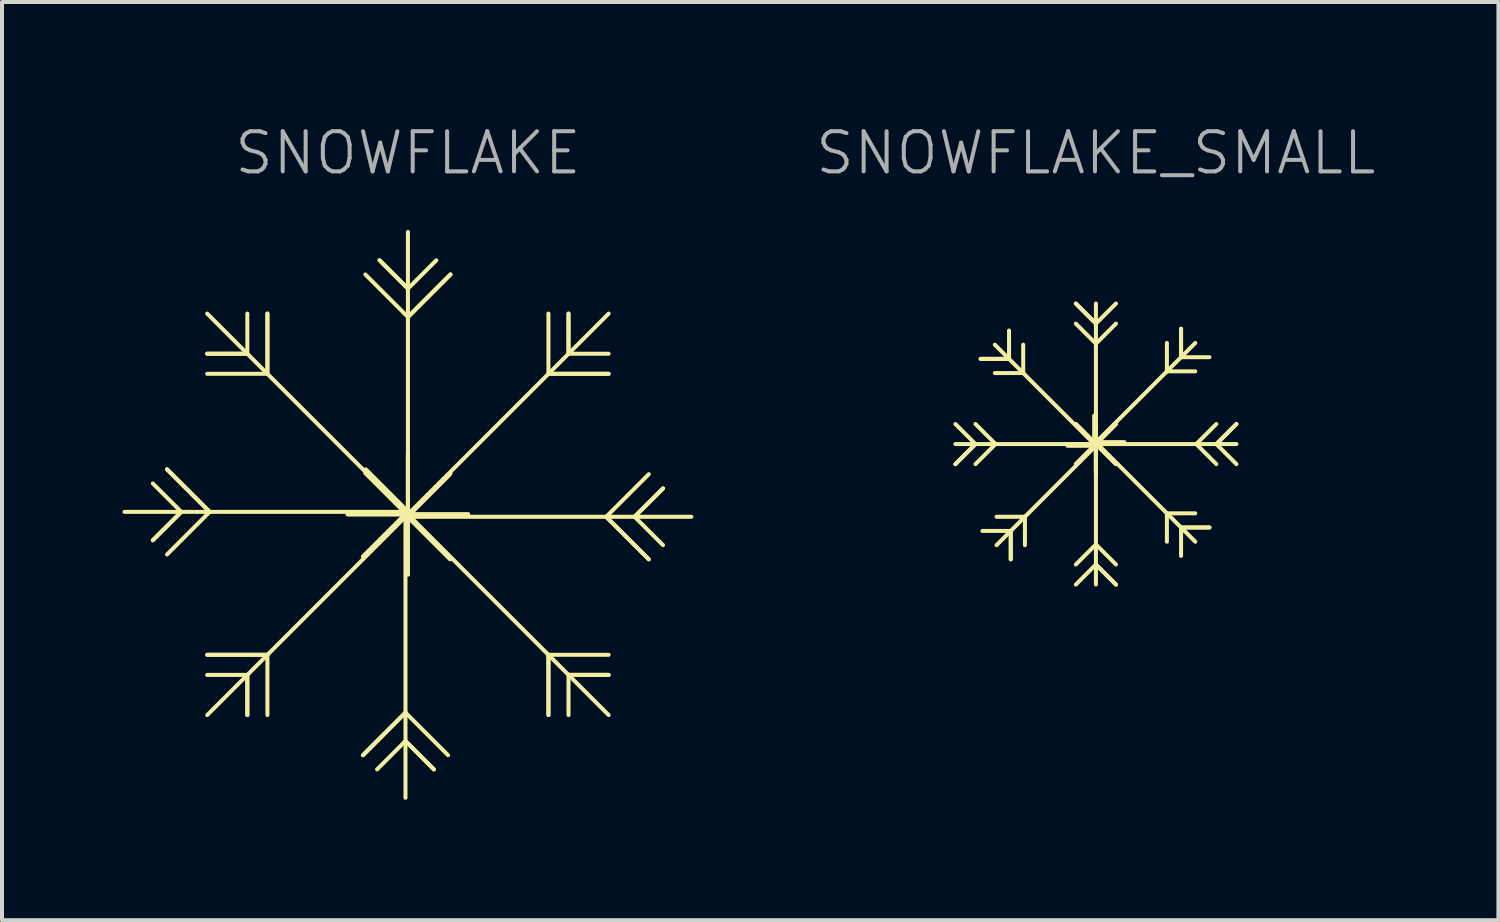
<source format=kicad_pcb>
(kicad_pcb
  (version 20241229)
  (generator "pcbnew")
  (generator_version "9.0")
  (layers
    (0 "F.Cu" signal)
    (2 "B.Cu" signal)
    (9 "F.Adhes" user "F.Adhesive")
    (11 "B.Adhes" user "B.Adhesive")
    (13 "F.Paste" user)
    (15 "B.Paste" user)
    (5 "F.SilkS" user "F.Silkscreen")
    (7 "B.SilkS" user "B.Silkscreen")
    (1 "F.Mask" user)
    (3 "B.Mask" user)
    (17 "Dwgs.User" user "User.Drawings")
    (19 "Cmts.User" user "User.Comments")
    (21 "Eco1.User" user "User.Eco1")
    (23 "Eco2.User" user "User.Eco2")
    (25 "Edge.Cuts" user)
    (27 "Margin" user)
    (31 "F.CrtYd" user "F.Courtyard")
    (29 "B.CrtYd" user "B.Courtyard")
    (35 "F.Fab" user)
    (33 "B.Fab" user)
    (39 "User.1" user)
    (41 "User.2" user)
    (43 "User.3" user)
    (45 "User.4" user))
  (footprint "SNOWFLAKE_SMALL"
    (layer "F.Cu")
    (at 24.248 8.011)
    (property "Reference" "SNOWFLAKE_SMALL" (at 0 -7.25 0) (unlocked yes) (layer "F.Fab") (effects (font (size 1 1) (thickness 0.1))))
    (attr through_hole)
    (fp_line (start -3.5 0.5) (end -3 0.000001) (stroke (width 0.1) (type default)) (layer "F.SilkS"))
    (fp_line (start -3 0.000001) (end -3.5 -0.5) (stroke (width 0.1) (type default)) (layer "F.SilkS"))
    (fp_line (start -3 0.000001) (end -3.5 0.5) (stroke (width 0.1) (type default)) (layer "F.SilkS"))
    (fp_line (start -2.871 -2.121) (end -2.164 -2.121) (stroke (width 0.1) (type default)) (layer "F.SilkS"))
    (fp_line (start -2.5 0) (end -3 -0.5) (stroke (width 0.1) (type default)) (layer "F.SilkS"))
    (fp_line (start -2.5 0) (end -3 0.5) (stroke (width 0.1) (type default)) (layer "F.SilkS"))
    (fp_line (start -2.164 -2.121) (end -2.871 -2.121) (stroke (width 0.1) (type default)) (layer "F.SilkS"))
    (fp_line (start -2.164 -2.121) (end -2.164 -2.828) (stroke (width 0.1) (type default)) (layer "F.SilkS"))
    (fp_line (start -2.121 2.164) (end -2.828 2.164) (stroke (width 0.1) (type default)) (layer "F.SilkS"))
    (fp_line (start -2.121 2.164) (end -2.121 2.871) (stroke (width 0.1) (type default)) (layer "F.SilkS"))
    (fp_line (start -2.121 2.871) (end -2.121 2.164) (stroke (width 0.1) (type default)) (layer "F.SilkS"))
    (fp_line (start -1.811 -1.768) (end -2.518 -1.768) (stroke (width 0.1) (type default)) (layer "F.SilkS"))
    (fp_line (start -1.811 -1.768) (end -1.811 -2.475) (stroke (width 0.1) (type default)) (layer "F.SilkS"))
    (fp_line (start -1.768 1.811) (end -2.475 1.811) (stroke (width 0.1) (type default)) (layer "F.SilkS"))
    (fp_line (start -1.768 1.811) (end -1.768 2.518) (stroke (width 0.1) (type default)) (layer "F.SilkS"))
    (fp_line (start -0.5 -3.5) (end -0.000001 -3) (stroke (width 0.1) (type default)) (layer "F.SilkS"))
    (fp_line (start -0.043 0) (end -2.518 -2.475) (stroke (width 0.1) (type default)) (layer "F.SilkS"))
    (fp_line (start -0.043 0) (end -0.75 0) (stroke (width 0.1) (type default)) (layer "F.SilkS"))
    (fp_line (start -0.043 0) (end -0.043 -0.707) (stroke (width 0.1) (type default)) (layer "F.SilkS"))
    (fp_line (start -0.000001 -3) (end -0.5 -3.5) (stroke (width 0.1) (type default)) (layer "F.SilkS"))
    (fp_line (start -0.000001 -3) (end 0.5 -3.5) (stroke (width 0.1) (type default)) (layer "F.SilkS"))
    (fp_line (start 0 -2.5) (end -0.5 -3) (stroke (width 0.1) (type default)) (layer "F.SilkS"))
    (fp_line (start 0 -2.5) (end 0.5 -3) (stroke (width 0.1) (type default)) (layer "F.SilkS"))
    (fp_line (start 0 -0.043) (end 0 -0.75) (stroke (width 0.1) (type default)) (layer "F.SilkS"))
    (fp_line (start 0 -0.043) (end 0 0.664) (stroke (width 0.1) (type default)) (layer "F.SilkS"))
    (fp_line (start 0 -0.043) (end 0.707 -0.043) (stroke (width 0.1) (type default)) (layer "F.SilkS"))
    (fp_line (start 0 -0.043) (end 0.707 -0.043) (stroke (width 0.1) (type default)) (layer "F.SilkS"))
    (fp_line (start 0 -0.043) (end 2.475 -2.518) (stroke (width 0.1) (type default)) (layer "F.SilkS"))
    (fp_line (start 0 -0.043) (end 2.475 2.432) (stroke (width 0.1) (type default)) (layer "F.SilkS"))
    (fp_line (start 0 0) (end -3.5 0) (stroke (width 0.1) (type default)) (layer "F.SilkS"))
    (fp_line (start 0 0) (end -0.5 -0.5) (stroke (width 0.1) (type default)) (layer "F.SilkS"))
    (fp_line (start 0 0) (end -0.5 -0.5) (stroke (width 0.1) (type default)) (layer "F.SilkS"))
    (fp_line (start 0 0) (end -0.5 0.5) (stroke (width 0.1) (type default)) (layer "F.SilkS"))
    (fp_line (start 0 0) (end -0.5 0.5) (stroke (width 0.1) (type default)) (layer "F.SilkS"))
    (fp_line (start 0 0) (end 0 -3.5) (stroke (width 0.1) (type default)) (layer "F.SilkS"))
    (fp_line (start 0 0) (end 0 3.5) (stroke (width 0.1) (type default)) (layer "F.SilkS"))
    (fp_line (start 0 0) (end 0.5 -0.5) (stroke (width 0.1) (type default)) (layer "F.SilkS"))
    (fp_line (start 0 0) (end 0.5 -0.5) (stroke (width 0.1) (type default)) (layer "F.SilkS"))
    (fp_line (start 0 0) (end 0.5 0.5) (stroke (width 0.1) (type default)) (layer "F.SilkS"))
    (fp_line (start 0 0) (end 0.5 0.5) (stroke (width 0.1) (type default)) (layer "F.SilkS"))
    (fp_line (start 0 0) (end 3.5 0) (stroke (width 0.1) (type default)) (layer "F.SilkS"))
    (fp_line (start 0 0.043) (end -2.475 2.518) (stroke (width 0.1) (type default)) (layer "F.SilkS"))
    (fp_line (start 0 0.043) (end -0.707 0.043) (stroke (width 0.1) (type default)) (layer "F.SilkS"))
    (fp_line (start 0 0.043) (end 0 0.75) (stroke (width 0.1) (type default)) (layer "F.SilkS"))
    (fp_line (start 0 2.5) (end -0.5 3) (stroke (width 0.1) (type default)) (layer "F.SilkS"))
    (fp_line (start 0 2.5) (end 0.5 3) (stroke (width 0.1) (type default)) (layer "F.SilkS"))
    (fp_line (start 0.000001 3) (end -0.5 3.5) (stroke (width 0.1) (type default)) (layer "F.SilkS"))
    (fp_line (start 0.000001 3) (end 0.5 3.5) (stroke (width 0.1) (type default)) (layer "F.SilkS"))
    (fp_line (start 0.5 3.5) (end 0.000001 3) (stroke (width 0.1) (type default)) (layer "F.SilkS"))
    (fp_line (start 1.768 -1.811) (end 1.768 -2.518) (stroke (width 0.1) (type default)) (layer "F.SilkS"))
    (fp_line (start 1.768 -1.811) (end 2.475 -1.811) (stroke (width 0.1) (type default)) (layer "F.SilkS"))
    (fp_line (start 1.768 1.725) (end 1.768 2.432) (stroke (width 0.1) (type default)) (layer "F.SilkS"))
    (fp_line (start 1.768 1.725) (end 2.475 1.725) (stroke (width 0.1) (type default)) (layer "F.SilkS"))
    (fp_line (start 2.121 -2.871) (end 2.121 -2.164) (stroke (width 0.1) (type default)) (layer "F.SilkS"))
    (fp_line (start 2.121 -2.164) (end 2.121 -2.871) (stroke (width 0.1) (type default)) (layer "F.SilkS"))
    (fp_line (start 2.121 -2.164) (end 2.828 -2.164) (stroke (width 0.1) (type default)) (layer "F.SilkS"))
    (fp_line (start 2.121 2.078) (end 2.121 2.786) (stroke (width 0.1) (type default)) (layer "F.SilkS"))
    (fp_line (start 2.121 2.078) (end 2.828 2.078) (stroke (width 0.1) (type default)) (layer "F.SilkS"))
    (fp_line (start 2.5 0) (end 3 -0.5) (stroke (width 0.1) (type default)) (layer "F.SilkS"))
    (fp_line (start 2.5 0) (end 3 0.5) (stroke (width 0.1) (type default)) (layer "F.SilkS"))
    (fp_line (start 2.828 2.078) (end 2.121 2.078) (stroke (width 0.1) (type default)) (layer "F.SilkS"))
    (fp_line (start 3 0) (end 3.5 -0.5) (stroke (width 0.1) (type default)) (layer "F.SilkS"))
    (fp_line (start 3 0) (end 3.5 0.5) (stroke (width 0.1) (type default)) (layer "F.SilkS"))
    (fp_line (start 3.5 -0.5) (end 3 0) (stroke (width 0.1) (type default)) (layer "F.SilkS")))
  (footprint "SNOWFLAKE"
    (layer "F.Cu")
    (at 7.111 9.761)
    (property "Reference" "SNOWFLAKE" (at 0 -9 0) (unlocked yes) (layer "F.Fab") (effects (font (size 1 1) (thickness 0.1))))
    (attr through_hole)
    (fp_line (start -6.354 0.646) (end -5.646 -0.061) (stroke (width 0.1) (type default)) (layer "F.SilkS"))
    (fp_line (start -6 -1.121) (end -4.939 -0.061) (stroke (width 0.1) (type default)) (layer "F.SilkS"))
    (fp_line (start -5.646 -0.061) (end -6.354 -0.768) (stroke (width 0.1) (type default)) (layer "F.SilkS"))
    (fp_line (start -5.646 -0.061) (end -6.354 0.646) (stroke (width 0.1) (type default)) (layer "F.SilkS"))
    (fp_line (start -5 -4) (end -4 -4) (stroke (width 0.1) (type default)) (layer "F.SilkS"))
    (fp_line (start -5 3.5) (end -3.5 3.5) (stroke (width 0.1) (type default)) (layer "F.SilkS"))
    (fp_line (start -4.939 -0.061) (end -6 -1.121) (stroke (width 0.1) (type default)) (layer "F.SilkS"))
    (fp_line (start -4.939 -0.061) (end -6 1) (stroke (width 0.1) (type default)) (layer "F.SilkS"))
    (fp_line (start -4 -4) (end -5 -4) (stroke (width 0.1) (type default)) (layer "F.SilkS"))
    (fp_line (start -4 -4) (end -4 -5) (stroke (width 0.1) (type default)) (layer "F.SilkS"))
    (fp_line (start -4 4) (end -5 4) (stroke (width 0.1) (type default)) (layer "F.SilkS"))
    (fp_line (start -4 4) (end -4 5) (stroke (width 0.1) (type default)) (layer "F.SilkS"))
    (fp_line (start -4 5) (end -4 4) (stroke (width 0.1) (type default)) (layer "F.SilkS"))
    (fp_line (start -3.5 -5) (end -3.5 -3.5) (stroke (width 0.1) (type default)) (layer "F.SilkS"))
    (fp_line (start -3.5 -3.5) (end -5 -3.5) (stroke (width 0.1) (type default)) (layer "F.SilkS"))
    (fp_line (start -3.5 -3.5) (end -3.5 -5) (stroke (width 0.1) (type default)) (layer "F.SilkS"))
    (fp_line (start -3.5 3.5) (end -5 3.5) (stroke (width 0.1) (type default)) (layer "F.SilkS"))
    (fp_line (start -3.5 3.5) (end -3.5 5) (stroke (width 0.1) (type default)) (layer "F.SilkS"))
    (fp_line (start -1.121 6) (end -0.061 4.939) (stroke (width 0.1) (type default)) (layer "F.SilkS"))
    (fp_line (start -0.707 -6.328) (end -0.000001 -5.621) (stroke (width 0.1) (type default)) (layer "F.SilkS"))
    (fp_line (start -0.061 -0.01) (end -1.121 1.05) (stroke (width 0.1) (type default)) (layer "F.SilkS"))
    (fp_line (start -0.061 -0.01) (end -0.061 7.061) (stroke (width 0.1) (type default)) (layer "F.SilkS"))
    (fp_line (start -0.061 -0.01) (end 1 1.05) (stroke (width 0.1) (type default)) (layer "F.SilkS"))
    (fp_line (start -0.061 4.939) (end -1.121 6) (stroke (width 0.1) (type default)) (layer "F.SilkS"))
    (fp_line (start -0.061 4.939) (end 1 6) (stroke (width 0.1) (type default)) (layer "F.SilkS"))
    (fp_line (start -0.061 5.646) (end -0.768 6.354) (stroke (width 0.1) (type default)) (layer "F.SilkS"))
    (fp_line (start -0.061 5.646) (end 0.646 6.354) (stroke (width 0.1) (type default)) (layer "F.SilkS"))
    (fp_line (start -0.01 0.061) (end 1.05 -1) (stroke (width 0.1) (type default)) (layer "F.SilkS"))
    (fp_line (start -0.01 0.061) (end 1.05 1.121) (stroke (width 0.1) (type default)) (layer "F.SilkS"))
    (fp_line (start -0.01 0.061) (end 7.061 0.061) (stroke (width 0.1) (type default)) (layer "F.SilkS"))
    (fp_line (start -0.000001 -5.621) (end -0.707 -6.328) (stroke (width 0.1) (type default)) (layer "F.SilkS"))
    (fp_line (start -0.000001 -5.621) (end 0.707 -6.328) (stroke (width 0.1) (type default)) (layer "F.SilkS"))
    (fp_line (start 0 -4.914) (end -1.061 -5.975) (stroke (width 0.1) (type default)) (layer "F.SilkS"))
    (fp_line (start 0 -4.914) (end 1.061 -5.975) (stroke (width 0.1) (type default)) (layer "F.SilkS"))
    (fp_line (start 0 0) (end -5 -5) (stroke (width 0.1) (type default)) (layer "F.SilkS"))
    (fp_line (start 0 0) (end -5 5) (stroke (width 0.1) (type default)) (layer "F.SilkS"))
    (fp_line (start 0 0) (end -1.5 0) (stroke (width 0.1) (type default)) (layer "F.SilkS"))
    (fp_line (start 0 0) (end -1.5 0.000001) (stroke (width 0.1) (type default)) (layer "F.SilkS"))
    (fp_line (start 0 0) (end -0.000001 -1.5) (stroke (width 0.1) (type default)) (layer "F.SilkS"))
    (fp_line (start 0 0) (end 0 -1.5) (stroke (width 0.1) (type default)) (layer "F.SilkS"))
    (fp_line (start 0 0) (end 0 1.5) (stroke (width 0.1) (type default)) (layer "F.SilkS"))
    (fp_line (start 0 0) (end 0.000001 1.5) (stroke (width 0.1) (type default)) (layer "F.SilkS"))
    (fp_line (start 0 0) (end 1.5 0) (stroke (width 0.1) (type default)) (layer "F.SilkS"))
    (fp_line (start 0 0) (end 1.5 0) (stroke (width 0.1) (type default)) (layer "F.SilkS"))
    (fp_line (start 0 0) (end 5 -5) (stroke (width 0.1) (type default)) (layer "F.SilkS"))
    (fp_line (start 0 0) (end 5 5) (stroke (width 0.1) (type default)) (layer "F.SilkS"))
    (fp_line (start 0 0.036) (end -1.061 -1.025) (stroke (width 0.1) (type default)) (layer "F.SilkS"))
    (fp_line (start 0 0.036) (end 0 -7.036) (stroke (width 0.1) (type default)) (layer "F.SilkS"))
    (fp_line (start 0 0.036) (end 1.061 -1.025) (stroke (width 0.1) (type default)) (layer "F.SilkS"))
    (fp_line (start 0.01 -0.061) (end -7.061 -0.061) (stroke (width 0.1) (type default)) (layer "F.SilkS"))
    (fp_line (start 0.01 -0.061) (end -1.05 -1.121) (stroke (width 0.1) (type default)) (layer "F.SilkS"))
    (fp_line (start 0.01 -0.061) (end -1.05 1) (stroke (width 0.1) (type default)) (layer "F.SilkS"))
    (fp_line (start 0.646 6.354) (end -0.061 5.646) (stroke (width 0.1) (type default)) (layer "F.SilkS"))
    (fp_line (start 1.061 -5.975) (end 0 -4.914) (stroke (width 0.1) (type default)) (layer "F.SilkS"))
    (fp_line (start 3.5 -3.5) (end 3.5 -5) (stroke (width 0.1) (type default)) (layer "F.SilkS"))
    (fp_line (start 3.5 -3.5) (end 5 -3.5) (stroke (width 0.1) (type default)) (layer "F.SilkS"))
    (fp_line (start 3.5 3.5) (end 3.5 5) (stroke (width 0.1) (type default)) (layer "F.SilkS"))
    (fp_line (start 3.5 3.5) (end 5 3.5) (stroke (width 0.1) (type default)) (layer "F.SilkS"))
    (fp_line (start 3.5 5) (end 3.5 3.5) (stroke (width 0.1) (type default)) (layer "F.SilkS"))
    (fp_line (start 4 -5) (end 4 -4) (stroke (width 0.1) (type default)) (layer "F.SilkS"))
    (fp_line (start 4 -4) (end 4 -5) (stroke (width 0.1) (type default)) (layer "F.SilkS"))
    (fp_line (start 4 -4) (end 5 -4) (stroke (width 0.1) (type default)) (layer "F.SilkS"))
    (fp_line (start 4 4) (end 4 5) (stroke (width 0.1) (type default)) (layer "F.SilkS"))
    (fp_line (start 4 4) (end 5 4) (stroke (width 0.1) (type default)) (layer "F.SilkS"))
    (fp_line (start 4.939 0.061) (end 6 -1) (stroke (width 0.1) (type default)) (layer "F.SilkS"))
    (fp_line (start 4.939 0.061) (end 6 1.121) (stroke (width 0.1) (type default)) (layer "F.SilkS"))
    (fp_line (start 5 -3.5) (end 3.5 -3.5) (stroke (width 0.1) (type default)) (layer "F.SilkS"))
    (fp_line (start 5 4) (end 4 4) (stroke (width 0.1) (type default)) (layer "F.SilkS"))
    (fp_line (start 5.646 0.061) (end 6.354 -0.646) (stroke (width 0.1) (type default)) (layer "F.SilkS"))
    (fp_line (start 5.646 0.061) (end 6.354 0.768) (stroke (width 0.1) (type default)) (layer "F.SilkS"))
    (fp_line (start 6 1.121) (end 4.939 0.061) (stroke (width 0.1) (type default)) (layer "F.SilkS"))
    (fp_line (start 6.354 -0.646) (end 5.646 0.061) (stroke (width 0.1) (type default)) (layer "F.SilkS")))
  (gr_rect
    (start -3 -3)
    (end 34.274 19.871)
    (stroke (width 0.1) (type default))
    (fill no)
    (layer "Edge.Cuts")))
</source>
